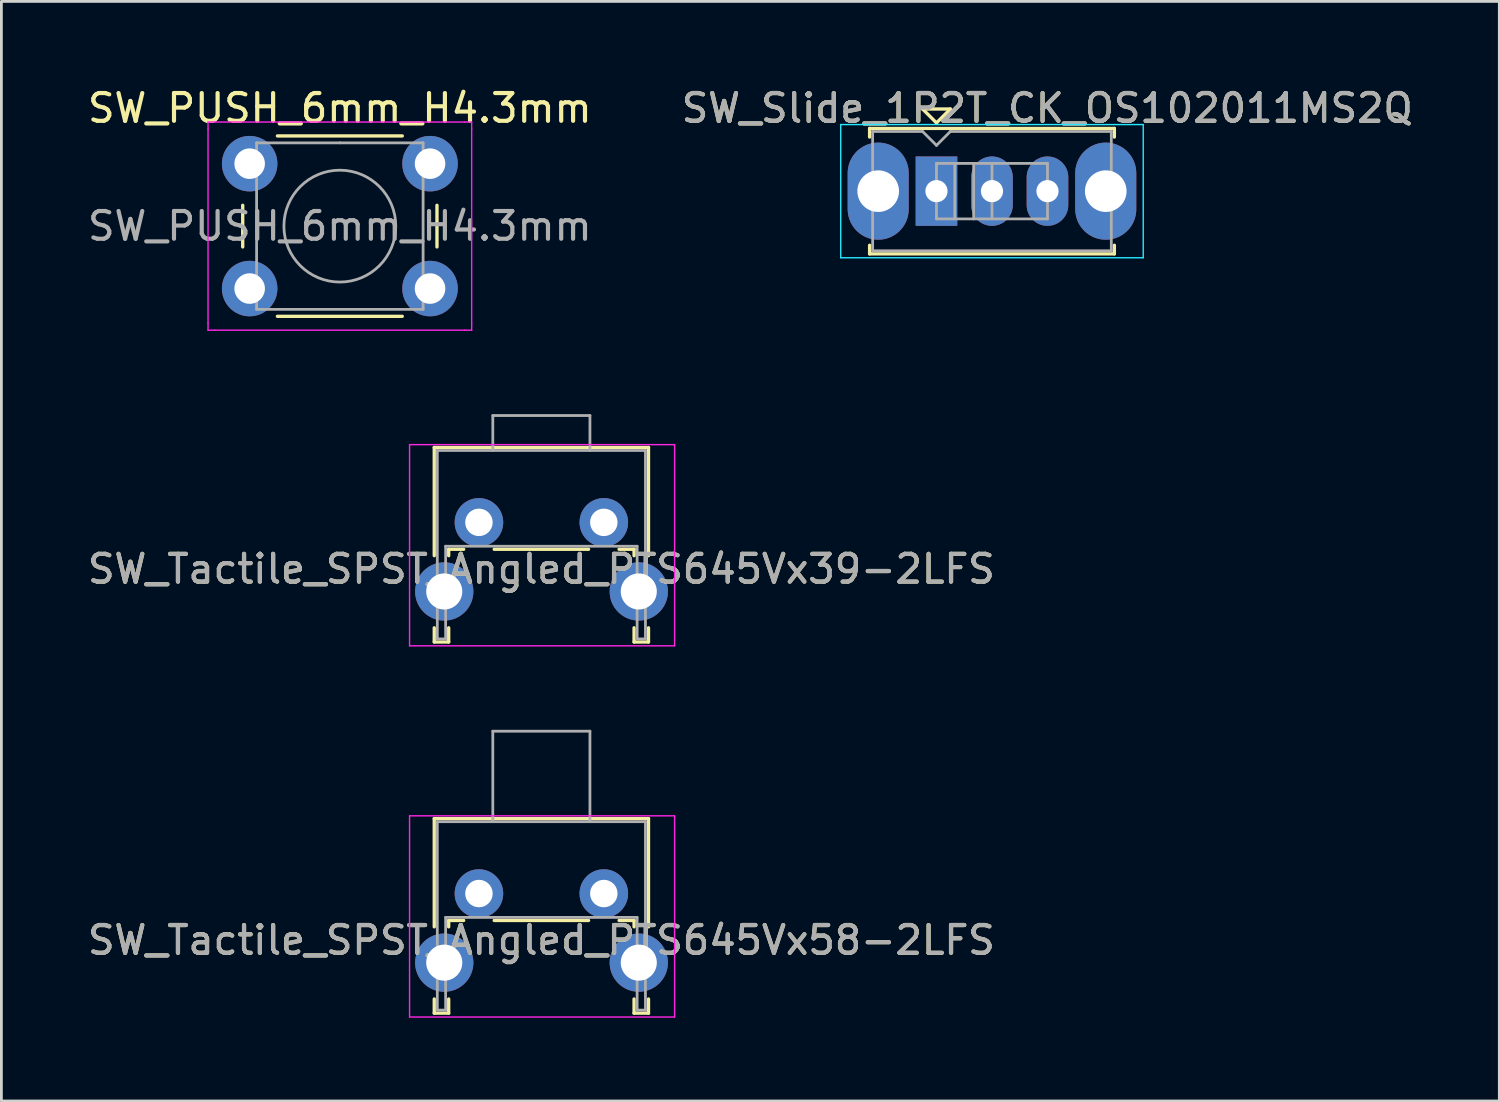
<source format=kicad_pcb>
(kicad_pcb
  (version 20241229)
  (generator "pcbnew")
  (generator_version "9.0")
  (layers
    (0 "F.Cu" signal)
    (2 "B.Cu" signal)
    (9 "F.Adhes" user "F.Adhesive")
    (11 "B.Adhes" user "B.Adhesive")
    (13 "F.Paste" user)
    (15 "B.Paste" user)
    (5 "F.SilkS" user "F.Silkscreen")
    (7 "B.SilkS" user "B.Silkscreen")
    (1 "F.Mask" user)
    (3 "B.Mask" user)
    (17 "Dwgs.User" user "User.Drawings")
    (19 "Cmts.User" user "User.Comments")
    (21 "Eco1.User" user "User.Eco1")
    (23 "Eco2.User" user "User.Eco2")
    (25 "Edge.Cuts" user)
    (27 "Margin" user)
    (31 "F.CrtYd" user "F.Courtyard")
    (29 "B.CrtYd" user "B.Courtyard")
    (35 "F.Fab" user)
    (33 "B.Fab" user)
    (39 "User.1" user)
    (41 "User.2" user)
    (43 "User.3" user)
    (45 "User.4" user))
  (footprint "SW_Slide_1P2T_CK_OS102011MS2Q"
    (layer "F.Cu")
    (at 30.695 3.838)
    (property "Reference" "SW_Slide_1P2T_CK_OS102011MS2Q" (at 3.99 -2.99 0) (layer "F.SilkS") (effects (font (size 1 1) (thickness 0.15))))
    (attr through_hole)
    (fp_line (start -2.41 -2.26) (end 6.41 -2.26) (stroke (width 0.12) (type solid)) (layer "F.SilkS"))
    (fp_line (start -2.41 -1.95) (end -2.41 -2.26) (stroke (width 0.12) (type solid)) (layer "F.SilkS"))
    (fp_line (start -2.41 2.26) (end -2.41 1.95) (stroke (width 0.12) (type solid)) (layer "F.SilkS"))
    (fp_line (start -0.5 -2.96) (end 0 -2.46) (stroke (width 0.12) (type solid)) (layer "F.SilkS"))
    (fp_line (start 0 -2.46) (end 0.5 -2.96) (stroke (width 0.12) (type solid)) (layer "F.SilkS"))
    (fp_line (start 0.5 -2.96) (end -0.5 -2.96) (stroke (width 0.12) (type solid)) (layer "F.SilkS"))
    (fp_line (start 6.41 -2.26) (end 6.41 -1.95) (stroke (width 0.12) (type solid)) (layer "F.SilkS"))
    (fp_line (start 6.41 2.26) (end -2.41 2.26) (stroke (width 0.12) (type solid)) (layer "F.SilkS"))
    (fp_line (start 6.41 2.26) (end 6.41 1.95) (stroke (width 0.12) (type solid)) (layer "F.SilkS"))
    (fp_line (start -3.45 -2.4) (end 7.45 -2.4) (stroke (width 0.05) (type solid)) (layer "B.CrtYd"))
    (fp_line (start -3.45 2.4) (end -3.45 -2.4) (stroke (width 0.05) (type solid)) (layer "B.CrtYd"))
    (fp_line (start 7.45 -2.4) (end 7.45 2.4) (stroke (width 0.05) (type solid)) (layer "B.CrtYd"))
    (fp_line (start 7.45 2.4) (end -3.45 2.4) (stroke (width 0.05) (type solid)) (layer "B.CrtYd"))
    (fp_line (start -2.3 -2.15) (end -0.5 -2.15) (stroke (width 0.1) (type solid)) (layer "F.Fab"))
    (fp_line (start -2.3 2.15) (end -2.3 -2.15) (stroke (width 0.1) (type solid)) (layer "F.Fab"))
    (fp_line (start -0.5 -2.15) (end 0 -1.65) (stroke (width 0.1) (type solid)) (layer "F.Fab"))
    (fp_line (start 0 -1.65) (end 0.5 -2.15) (stroke (width 0.1) (type solid)) (layer "F.Fab"))
    (fp_line (start 0 -1) (end 0 1) (stroke (width 0.1) (type solid)) (layer "F.Fab"))
    (fp_line (start 0 -1) (end 4 -1) (stroke (width 0.1) (type solid)) (layer "F.Fab"))
    (fp_line (start 0 1) (end 4 1) (stroke (width 0.1) (type solid)) (layer "F.Fab"))
    (fp_line (start 0.5 -2.15) (end 6.3 -2.15) (stroke (width 0.1) (type solid)) (layer "F.Fab"))
    (fp_line (start 0.66 -1) (end 0.66 1) (stroke (width 0.1) (type solid)) (layer "F.Fab"))
    (fp_line (start 1.34 -1) (end 1.34 1) (stroke (width 0.1) (type solid)) (layer "F.Fab"))
    (fp_line (start 2 -1) (end 2 1) (stroke (width 0.1) (type solid)) (layer "F.Fab"))
    (fp_line (start 4 -1) (end 4 1) (stroke (width 0.1) (type solid)) (layer "F.Fab"))
    (fp_line (start 6.3 -2.15) (end 6.3 2.15) (stroke (width 0.1) (type solid)) (layer "F.Fab"))
    (fp_line (start 6.3 2.15) (end -2.3 2.15) (stroke (width 0.1) (type solid)) (layer "F.Fab"))
    (fp_text user "${REFERENCE}" (at 3.99 -2.99 0) (layer "F.Fab") (effects (font (size 1 1) (thickness 0.15))))
    (pad "" thru_hole oval (at -2.1 0) (size 2.2 3.5) (drill 1.5) (layers "*.Cu" "*.Mask"))
    (pad "" thru_hole oval (at 6.1 0) (size 2.2 3.5) (drill 1.5) (layers "*.Cu" "*.Mask"))
    (pad "1" thru_hole rect (at 0 0) (size 1.5 2.5) (drill 0.8) (layers "*.Cu" "*.Mask"))
    (pad "2" thru_hole oval (at 2 0) (size 1.5 2.5) (drill 0.8) (layers "*.Cu" "*.Mask"))
    (pad "3" thru_hole oval (at 4 0) (size 1.5 2.5) (drill 0.8) (layers "*.Cu" "*.Mask")))
  (footprint "SW_Tactile_SPST_Angled_PTS645Vx58-2LFS"
    (layer "F.Cu")
    (at 14.208 29.148)
    (property "Reference" "SW_Tactile_SPST_Angled_PTS645Vx58-2LFS" (at 2.25 1.68 0) (layer "F.SilkS") (effects (font (size 1 1) (thickness 0.15))))
    (attr through_hole)
    (fp_line (start -1.61 -2.7) (end -1.61 1.2) (stroke (width 0.12) (type solid)) (layer "F.SilkS"))
    (fp_line (start -1.61 -2.7) (end 6.11 -2.7) (stroke (width 0.12) (type solid)) (layer "F.SilkS"))
    (fp_line (start -1.61 3.8) (end -1.61 4.31) (stroke (width 0.12) (type solid)) (layer "F.SilkS"))
    (fp_line (start -1.61 4.31) (end -1.09 4.31) (stroke (width 0.12) (type solid)) (layer "F.SilkS"))
    (fp_line (start -1.09 0.97) (end -1.09 1.2) (stroke (width 0.12) (type solid)) (layer "F.SilkS"))
    (fp_line (start -1.09 0.97) (end -0.55 0.97) (stroke (width 0.12) (type solid)) (layer "F.SilkS"))
    (fp_line (start -1.09 3.8) (end -1.09 4.31) (stroke (width 0.12) (type solid)) (layer "F.SilkS"))
    (fp_line (start 0.55 0.97) (end 3.95 0.97) (stroke (width 0.12) (type solid)) (layer "F.SilkS"))
    (fp_line (start 5.05 0.97) (end 5.59 0.97) (stroke (width 0.12) (type solid)) (layer "F.SilkS"))
    (fp_line (start 5.59 0.97) (end 5.59 1.2) (stroke (width 0.12) (type solid)) (layer "F.SilkS"))
    (fp_line (start 5.59 3.8) (end 5.59 4.31) (stroke (width 0.12) (type solid)) (layer "F.SilkS"))
    (fp_line (start 5.59 4.31) (end 6.11 4.31) (stroke (width 0.12) (type solid)) (layer "F.SilkS"))
    (fp_line (start 6.11 -2.7) (end 6.11 1.2) (stroke (width 0.12) (type solid)) (layer "F.SilkS"))
    (fp_line (start 6.11 3.8) (end 6.11 4.31) (stroke (width 0.12) (type solid)) (layer "F.SilkS"))
    (fp_line (start -2.5 -2.8) (end 7.05 -2.8) (stroke (width 0.05) (type solid)) (layer "F.CrtYd"))
    (fp_line (start -2.5 4.45) (end -2.5 -2.8) (stroke (width 0.05) (type solid)) (layer "F.CrtYd"))
    (fp_line (start 7.05 -2.8) (end 7.05 4.45) (stroke (width 0.05) (type solid)) (layer "F.CrtYd"))
    (fp_line (start 7.05 4.45) (end -2.5 4.45) (stroke (width 0.05) (type solid)) (layer "F.CrtYd"))
    (fp_line (start -1.5 -2.59) (end 6 -2.59) (stroke (width 0.1) (type solid)) (layer "F.Fab"))
    (fp_line (start -1.5 4.2) (end -1.5 -2.59) (stroke (width 0.1) (type solid)) (layer "F.Fab"))
    (fp_line (start -1.5 4.2) (end -1.2 4.2) (stroke (width 0.1) (type solid)) (layer "F.Fab"))
    (fp_line (start -1.2 0.86) (end 5.7 0.86) (stroke (width 0.1) (type solid)) (layer "F.Fab"))
    (fp_line (start -1.2 4.2) (end -1.2 0.86) (stroke (width 0.1) (type solid)) (layer "F.Fab"))
    (fp_line (start 0.5 -5.85) (end 0.5 -2.59) (stroke (width 0.1) (type solid)) (layer "F.Fab"))
    (fp_line (start 0.5 -5.85) (end 4 -5.85) (stroke (width 0.1) (type solid)) (layer "F.Fab"))
    (fp_line (start 4 -5.85) (end 4 -2.59) (stroke (width 0.1) (type solid)) (layer "F.Fab"))
    (fp_line (start 5.7 4.2) (end 5.7 0.86) (stroke (width 0.1) (type solid)) (layer "F.Fab"))
    (fp_line (start 5.7 4.2) (end 6 4.2) (stroke (width 0.1) (type solid)) (layer "F.Fab"))
    (fp_line (start 6 4.2) (end 6 -2.59) (stroke (width 0.1) (type solid)) (layer "F.Fab"))
    (fp_text user "${REFERENCE}" (at 2.25 1.68 0) (layer "F.Fab") (effects (font (size 1 1) (thickness 0.15))))
    (pad "" thru_hole circle (at -1.25 2.49) (size 2.1 2.1) (drill 1.3) (layers "*.Cu" "*.Mask"))
    (pad "" thru_hole circle (at 5.76 2.49) (size 2.1 2.1) (drill 1.3) (layers "*.Cu" "*.Mask"))
    (pad "1" thru_hole circle (at 0 0) (size 1.75 1.75) (drill 0.99) (layers "*.Cu" "*.Mask"))
    (pad "2" thru_hole circle (at 4.5 0) (size 1.75 1.75) (drill 0.99) (layers "*.Cu" "*.Mask")))
  (footprint "SW_PUSH_6mm_H4.3mm"
    (layer "F.Cu")
    (at 5.946 2.848)
    (property "Reference" "SW_PUSH_6mm_H4.3mm" (at 3.25 -2 0) (layer "F.SilkS") (effects (font (size 1 1) (thickness 0.15))))
    (attr through_hole)
    (fp_line (start -0.25 1.5) (end -0.25 3) (stroke (width 0.12) (type solid)) (layer "F.SilkS"))
    (fp_line (start 1 5.5) (end 5.5 5.5) (stroke (width 0.12) (type solid)) (layer "F.SilkS"))
    (fp_line (start 5.5 -1) (end 1 -1) (stroke (width 0.12) (type solid)) (layer "F.SilkS"))
    (fp_line (start 6.75 3) (end 6.75 1.5) (stroke (width 0.12) (type solid)) (layer "F.SilkS"))
    (fp_line (start -1.5 -1.5) (end -1.25 -1.5) (stroke (width 0.05) (type solid)) (layer "F.CrtYd"))
    (fp_line (start -1.5 -1.25) (end -1.5 -1.5) (stroke (width 0.05) (type solid)) (layer "F.CrtYd"))
    (fp_line (start -1.5 5.75) (end -1.5 -1.25) (stroke (width 0.05) (type solid)) (layer "F.CrtYd"))
    (fp_line (start -1.5 5.75) (end -1.5 6) (stroke (width 0.05) (type solid)) (layer "F.CrtYd"))
    (fp_line (start -1.5 6) (end -1.25 6) (stroke (width 0.05) (type solid)) (layer "F.CrtYd"))
    (fp_line (start -1.25 -1.5) (end 7.75 -1.5) (stroke (width 0.05) (type solid)) (layer "F.CrtYd"))
    (fp_line (start 7.75 -1.5) (end 8 -1.5) (stroke (width 0.05) (type solid)) (layer "F.CrtYd"))
    (fp_line (start 7.75 6) (end -1.25 6) (stroke (width 0.05) (type solid)) (layer "F.CrtYd"))
    (fp_line (start 7.75 6) (end 8 6) (stroke (width 0.05) (type solid)) (layer "F.CrtYd"))
    (fp_line (start 8 -1.5) (end 8 -1.25) (stroke (width 0.05) (type solid)) (layer "F.CrtYd"))
    (fp_line (start 8 -1.25) (end 8 5.75) (stroke (width 0.05) (type solid)) (layer "F.CrtYd"))
    (fp_line (start 8 6) (end 8 5.75) (stroke (width 0.05) (type solid)) (layer "F.CrtYd"))
    (fp_line (start 0.25 -0.75) (end 3.25 -0.75) (stroke (width 0.1) (type solid)) (layer "F.Fab"))
    (fp_line (start 0.25 5.25) (end 0.25 -0.75) (stroke (width 0.1) (type solid)) (layer "F.Fab"))
    (fp_line (start 3.25 -0.75) (end 6.25 -0.75) (stroke (width 0.1) (type solid)) (layer "F.Fab"))
    (fp_line (start 6.25 -0.75) (end 6.25 5.25) (stroke (width 0.1) (type solid)) (layer "F.Fab"))
    (fp_line (start 6.25 5.25) (end 0.25 5.25) (stroke (width 0.1) (type solid)) (layer "F.Fab"))
    (fp_circle (center 3.25 2.25) (end 1.25 2.5) (stroke (width 0.1) (type solid)) (fill no) (layer "F.Fab"))
    (fp_text user "${REFERENCE}" (at 3.25 2.25 0) (layer "F.Fab") (effects (font (size 1 1) (thickness 0.15))))
    (pad "1" thru_hole circle (at 0 0 90) (size 2 2) (drill 1.1) (layers "*.Cu" "*.Mask"))
    (pad "1" thru_hole circle (at 6.5 0 90) (size 2 2) (drill 1.1) (layers "*.Cu" "*.Mask"))
    (pad "2" thru_hole circle (at 0 4.5 90) (size 2 2) (drill 1.1) (layers "*.Cu" "*.Mask"))
    (pad "2" thru_hole circle (at 6.5 4.5 90) (size 2 2) (drill 1.1) (layers "*.Cu" "*.Mask")))
  (footprint "SW_Tactile_SPST_Angled_PTS645Vx39-2LFS"
    (layer "F.Cu")
    (at 14.208 15.773)
    (property "Reference" "SW_Tactile_SPST_Angled_PTS645Vx39-2LFS" (at 2.25 1.68 0) (layer "F.SilkS") (effects (font (size 1 1) (thickness 0.15))))
    (attr through_hole)
    (fp_line (start -1.61 -2.7) (end -1.61 1.2) (stroke (width 0.12) (type solid)) (layer "F.SilkS"))
    (fp_line (start -1.61 -2.7) (end 6.11 -2.7) (stroke (width 0.12) (type solid)) (layer "F.SilkS"))
    (fp_line (start -1.61 3.8) (end -1.61 4.31) (stroke (width 0.12) (type solid)) (layer "F.SilkS"))
    (fp_line (start -1.61 4.31) (end -1.09 4.31) (stroke (width 0.12) (type solid)) (layer "F.SilkS"))
    (fp_line (start -1.09 0.97) (end -1.09 1.2) (stroke (width 0.12) (type solid)) (layer "F.SilkS"))
    (fp_line (start -1.09 0.97) (end -0.55 0.97) (stroke (width 0.12) (type solid)) (layer "F.SilkS"))
    (fp_line (start -1.09 3.8) (end -1.09 4.31) (stroke (width 0.12) (type solid)) (layer "F.SilkS"))
    (fp_line (start 0.55 0.97) (end 3.95 0.97) (stroke (width 0.12) (type solid)) (layer "F.SilkS"))
    (fp_line (start 5.05 0.97) (end 5.59 0.97) (stroke (width 0.12) (type solid)) (layer "F.SilkS"))
    (fp_line (start 5.59 0.97) (end 5.59 1.2) (stroke (width 0.12) (type solid)) (layer "F.SilkS"))
    (fp_line (start 5.59 3.8) (end 5.59 4.31) (stroke (width 0.12) (type solid)) (layer "F.SilkS"))
    (fp_line (start 5.59 4.31) (end 6.11 4.31) (stroke (width 0.12) (type solid)) (layer "F.SilkS"))
    (fp_line (start 6.11 -2.7) (end 6.11 1.2) (stroke (width 0.12) (type solid)) (layer "F.SilkS"))
    (fp_line (start 6.11 3.8) (end 6.11 4.31) (stroke (width 0.12) (type solid)) (layer "F.SilkS"))
    (fp_line (start -2.5 -2.8) (end 7.05 -2.8) (stroke (width 0.05) (type solid)) (layer "F.CrtYd"))
    (fp_line (start -2.5 4.45) (end -2.5 -2.8) (stroke (width 0.05) (type solid)) (layer "F.CrtYd"))
    (fp_line (start 7.05 -2.8) (end 7.05 4.45) (stroke (width 0.05) (type solid)) (layer "F.CrtYd"))
    (fp_line (start 7.05 4.45) (end -2.5 4.45) (stroke (width 0.05) (type solid)) (layer "F.CrtYd"))
    (fp_line (start -1.5 -2.59) (end 6 -2.59) (stroke (width 0.1) (type solid)) (layer "F.Fab"))
    (fp_line (start -1.5 4.2) (end -1.5 -2.59) (stroke (width 0.1) (type solid)) (layer "F.Fab"))
    (fp_line (start -1.5 4.2) (end -1.2 4.2) (stroke (width 0.1) (type solid)) (layer "F.Fab"))
    (fp_line (start -1.2 0.86) (end 5.7 0.86) (stroke (width 0.1) (type solid)) (layer "F.Fab"))
    (fp_line (start -1.2 4.2) (end -1.2 0.86) (stroke (width 0.1) (type solid)) (layer "F.Fab"))
    (fp_line (start 0.5 -3.85) (end 0.5 -2.59) (stroke (width 0.1) (type solid)) (layer "F.Fab"))
    (fp_line (start 0.5 -3.85) (end 4 -3.85) (stroke (width 0.1) (type solid)) (layer "F.Fab"))
    (fp_line (start 4 -3.85) (end 4 -2.59) (stroke (width 0.1) (type solid)) (layer "F.Fab"))
    (fp_line (start 5.7 4.2) (end 5.7 0.86) (stroke (width 0.1) (type solid)) (layer "F.Fab"))
    (fp_line (start 5.7 4.2) (end 6 4.2) (stroke (width 0.1) (type solid)) (layer "F.Fab"))
    (fp_line (start 6 4.2) (end 6 -2.59) (stroke (width 0.1) (type solid)) (layer "F.Fab"))
    (fp_text user "${REFERENCE}" (at 2.25 1.68 0) (layer "F.Fab") (effects (font (size 1 1) (thickness 0.15))))
    (pad "" thru_hole circle (at -1.25 2.49) (size 2.1 2.1) (drill 1.3) (layers "*.Cu" "*.Mask"))
    (pad "" thru_hole circle (at 5.76 2.49) (size 2.1 2.1) (drill 1.3) (layers "*.Cu" "*.Mask"))
    (pad "1" thru_hole circle (at 0 0) (size 1.75 1.75) (drill 0.99) (layers "*.Cu" "*.Mask"))
    (pad "2" thru_hole circle (at 4.5 0) (size 1.75 1.75) (drill 0.99) (layers "*.Cu" "*.Mask")))
  (gr_rect
    (start -3 -3)
    (end 50.976 36.623)
    (stroke (width 0.1) (type default))
    (fill no)
    (layer "Edge.Cuts")))
</source>
